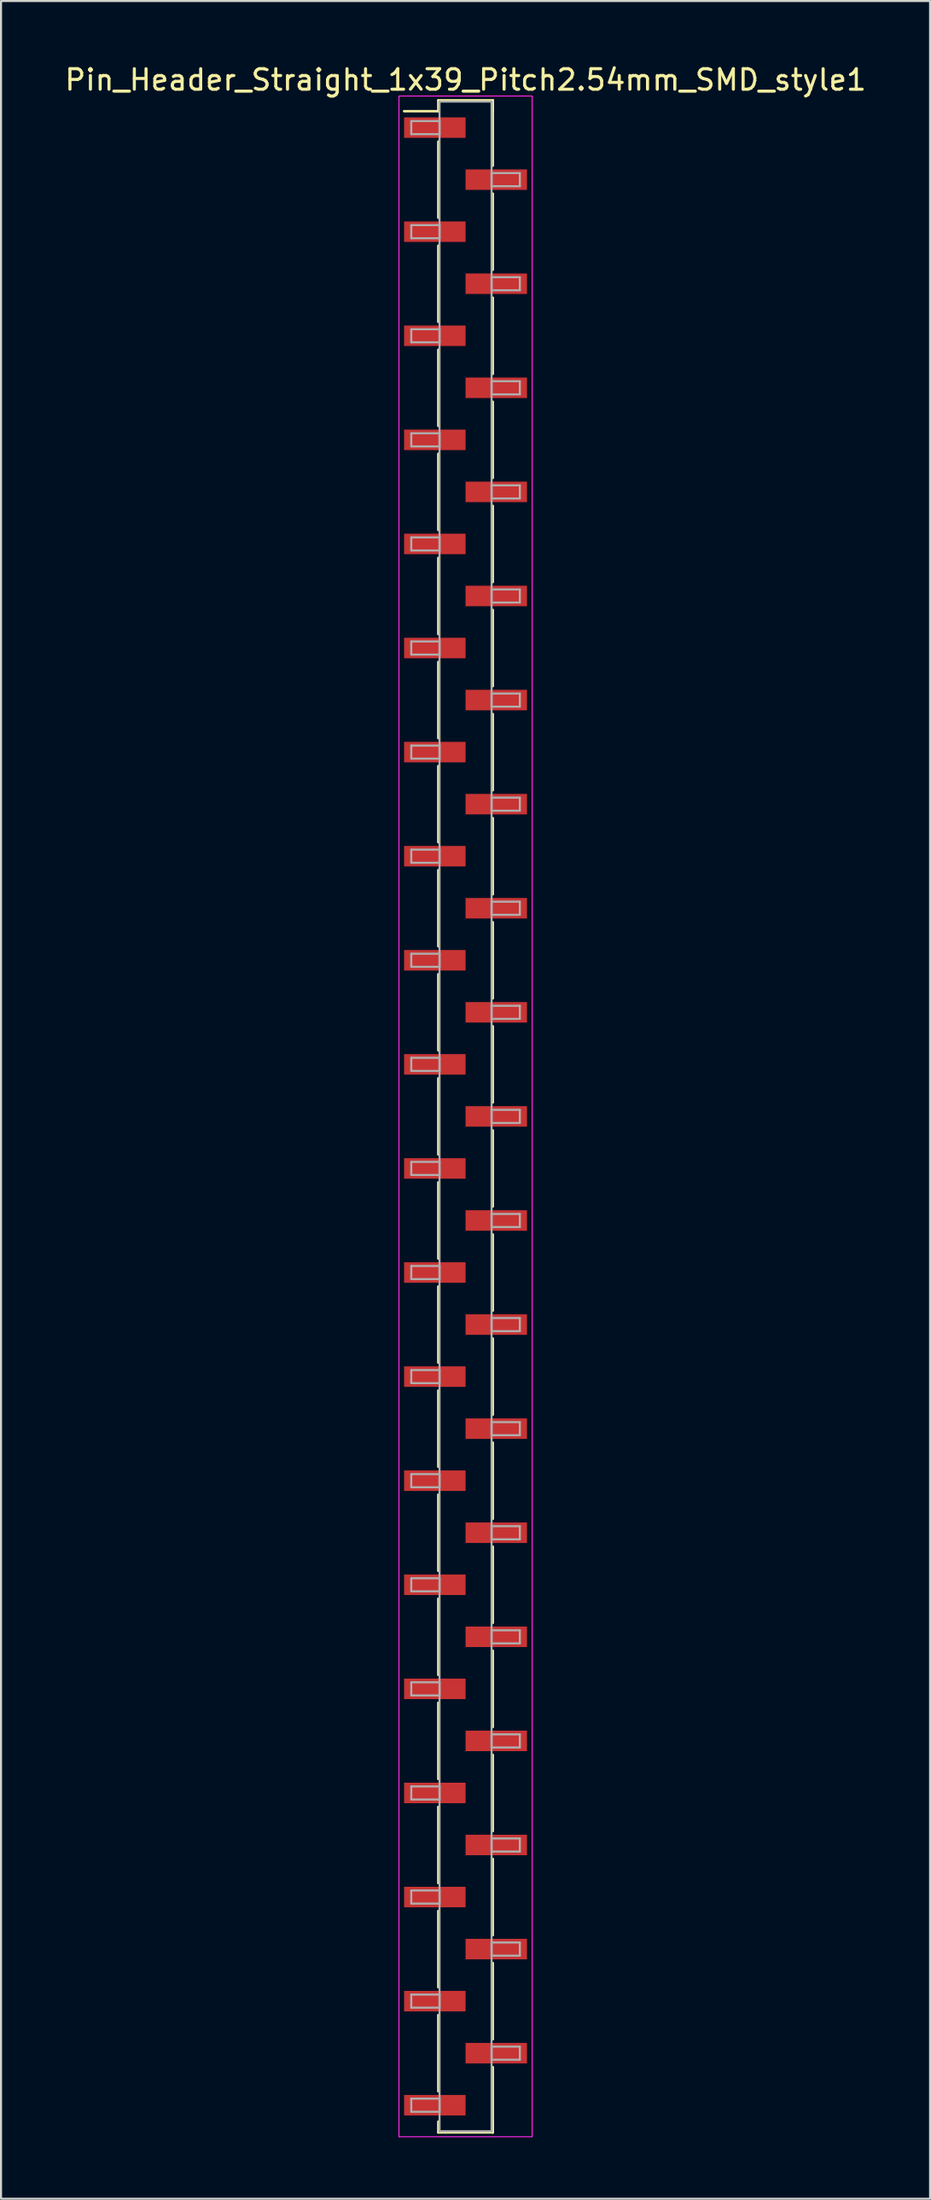
<source format=kicad_pcb>
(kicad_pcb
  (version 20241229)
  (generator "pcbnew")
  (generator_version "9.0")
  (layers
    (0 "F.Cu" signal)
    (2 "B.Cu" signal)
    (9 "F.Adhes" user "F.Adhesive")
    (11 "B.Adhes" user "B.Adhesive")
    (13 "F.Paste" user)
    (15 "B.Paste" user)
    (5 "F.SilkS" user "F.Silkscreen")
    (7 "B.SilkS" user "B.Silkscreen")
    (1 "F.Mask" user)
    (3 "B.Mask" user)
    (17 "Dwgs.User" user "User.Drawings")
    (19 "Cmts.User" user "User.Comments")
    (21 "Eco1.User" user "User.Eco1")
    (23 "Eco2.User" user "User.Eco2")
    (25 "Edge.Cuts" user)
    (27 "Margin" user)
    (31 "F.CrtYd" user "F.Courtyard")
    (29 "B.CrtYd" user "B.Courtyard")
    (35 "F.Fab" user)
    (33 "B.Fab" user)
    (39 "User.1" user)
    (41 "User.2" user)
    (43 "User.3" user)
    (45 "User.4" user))
  (footprint "Pin_Header_Straight_1x39_Pitch2.54mm_SMD_style1"
    (layer "F.Cu")
    (at 19.673 51.438)
    (property "Reference" "Pin_Header_Straight_1x39_Pitch2.54mm_SMD_style1" (at 0 -50.59 0) (layer "F.SilkS") (effects (font (size 1 1) (thickness 0.15))))
    (attr smd)
    (fp_line (start -1.33 -49.59) (end 1.33 -49.59) (stroke (width 0.12) (type solid)) (layer "F.SilkS"))
    (fp_line (start -1.33 -49.06) (end -3 -49.06) (stroke (width 0.12) (type solid)) (layer "F.SilkS"))
    (fp_line (start -1.33 -49.06) (end -1.33 -49.59) (stroke (width 0.12) (type solid)) (layer "F.SilkS"))
    (fp_line (start -1.33 -47.58) (end -1.33 -43.86) (stroke (width 0.12) (type solid)) (layer "F.SilkS"))
    (fp_line (start -1.33 -42.5) (end -1.33 -38.78) (stroke (width 0.12) (type solid)) (layer "F.SilkS"))
    (fp_line (start -1.33 -37.42) (end -1.33 -33.7) (stroke (width 0.12) (type solid)) (layer "F.SilkS"))
    (fp_line (start -1.33 -32.34) (end -1.33 -28.62) (stroke (width 0.12) (type solid)) (layer "F.SilkS"))
    (fp_line (start -1.33 -27.26) (end -1.33 -23.54) (stroke (width 0.12) (type solid)) (layer "F.SilkS"))
    (fp_line (start -1.33 -22.18) (end -1.33 -18.46) (stroke (width 0.12) (type solid)) (layer "F.SilkS"))
    (fp_line (start -1.33 -17.1) (end -1.33 -13.38) (stroke (width 0.12) (type solid)) (layer "F.SilkS"))
    (fp_line (start -1.33 -12.02) (end -1.33 -8.3) (stroke (width 0.12) (type solid)) (layer "F.SilkS"))
    (fp_line (start -1.33 -6.94) (end -1.33 -3.22) (stroke (width 0.12) (type solid)) (layer "F.SilkS"))
    (fp_line (start -1.33 -1.86) (end -1.33 1.86) (stroke (width 0.12) (type solid)) (layer "F.SilkS"))
    (fp_line (start -1.33 3.22) (end -1.33 6.94) (stroke (width 0.12) (type solid)) (layer "F.SilkS"))
    (fp_line (start -1.33 8.3) (end -1.33 12.02) (stroke (width 0.12) (type solid)) (layer "F.SilkS"))
    (fp_line (start -1.33 13.38) (end -1.33 17.1) (stroke (width 0.12) (type solid)) (layer "F.SilkS"))
    (fp_line (start -1.33 18.46) (end -1.33 22.18) (stroke (width 0.12) (type solid)) (layer "F.SilkS"))
    (fp_line (start -1.33 23.54) (end -1.33 27.26) (stroke (width 0.12) (type solid)) (layer "F.SilkS"))
    (fp_line (start -1.33 28.62) (end -1.33 32.34) (stroke (width 0.12) (type solid)) (layer "F.SilkS"))
    (fp_line (start -1.33 33.7) (end -1.33 37.42) (stroke (width 0.12) (type solid)) (layer "F.SilkS"))
    (fp_line (start -1.33 38.78) (end -1.33 42.5) (stroke (width 0.12) (type solid)) (layer "F.SilkS"))
    (fp_line (start -1.33 43.86) (end -1.33 47.58) (stroke (width 0.12) (type solid)) (layer "F.SilkS"))
    (fp_line (start -1.33 49.06) (end -1.33 49.59) (stroke (width 0.12) (type solid)) (layer "F.SilkS"))
    (fp_line (start -1.33 49.59) (end 1.33 49.59) (stroke (width 0.12) (type solid)) (layer "F.SilkS"))
    (fp_line (start 1.33 -49.59) (end 1.33 -49.06) (stroke (width 0.12) (type solid)) (layer "F.SilkS"))
    (fp_line (start 1.33 -49.59) (end 1.33 -46.4) (stroke (width 0.12) (type solid)) (layer "F.SilkS"))
    (fp_line (start 1.33 -45.04) (end 1.33 -41.32) (stroke (width 0.12) (type solid)) (layer "F.SilkS"))
    (fp_line (start 1.33 -39.96) (end 1.33 -36.24) (stroke (width 0.12) (type solid)) (layer "F.SilkS"))
    (fp_line (start 1.33 -34.88) (end 1.33 -31.16) (stroke (width 0.12) (type solid)) (layer "F.SilkS"))
    (fp_line (start 1.33 -29.8) (end 1.33 -26.08) (stroke (width 0.12) (type solid)) (layer "F.SilkS"))
    (fp_line (start 1.33 -24.72) (end 1.33 -21) (stroke (width 0.12) (type solid)) (layer "F.SilkS"))
    (fp_line (start 1.33 -19.64) (end 1.33 -15.92) (stroke (width 0.12) (type solid)) (layer "F.SilkS"))
    (fp_line (start 1.33 -14.56) (end 1.33 -10.84) (stroke (width 0.12) (type solid)) (layer "F.SilkS"))
    (fp_line (start 1.33 -9.48) (end 1.33 -5.76) (stroke (width 0.12) (type solid)) (layer "F.SilkS"))
    (fp_line (start 1.33 -4.4) (end 1.33 -0.68) (stroke (width 0.12) (type solid)) (layer "F.SilkS"))
    (fp_line (start 1.33 0.68) (end 1.33 4.4) (stroke (width 0.12) (type solid)) (layer "F.SilkS"))
    (fp_line (start 1.33 5.76) (end 1.33 9.48) (stroke (width 0.12) (type solid)) (layer "F.SilkS"))
    (fp_line (start 1.33 10.84) (end 1.33 14.56) (stroke (width 0.12) (type solid)) (layer "F.SilkS"))
    (fp_line (start 1.33 15.92) (end 1.33 19.64) (stroke (width 0.12) (type solid)) (layer "F.SilkS"))
    (fp_line (start 1.33 21) (end 1.33 24.72) (stroke (width 0.12) (type solid)) (layer "F.SilkS"))
    (fp_line (start 1.33 26.08) (end 1.33 29.8) (stroke (width 0.12) (type solid)) (layer "F.SilkS"))
    (fp_line (start 1.33 31.16) (end 1.33 34.88) (stroke (width 0.12) (type solid)) (layer "F.SilkS"))
    (fp_line (start 1.33 36.24) (end 1.33 39.96) (stroke (width 0.12) (type solid)) (layer "F.SilkS"))
    (fp_line (start 1.33 41.32) (end 1.33 45.04) (stroke (width 0.12) (type solid)) (layer "F.SilkS"))
    (fp_line (start 1.33 46.4) (end 1.33 49.59) (stroke (width 0.12) (type solid)) (layer "F.SilkS"))
    (fp_line (start 1.33 49.59) (end 1.33 49.06) (stroke (width 0.12) (type solid)) (layer "F.SilkS"))
    (fp_line (start -3.25 -49.8) (end -3.25 49.8) (stroke (width 0.05) (type solid)) (layer "F.CrtYd"))
    (fp_line (start -3.25 49.8) (end 3.25 49.8) (stroke (width 0.05) (type solid)) (layer "F.CrtYd"))
    (fp_line (start 3.25 -49.8) (end -3.25 -49.8) (stroke (width 0.05) (type solid)) (layer "F.CrtYd"))
    (fp_line (start 3.25 49.8) (end 3.25 -49.8) (stroke (width 0.05) (type solid)) (layer "F.CrtYd"))
    (fp_line (start -2.65 -48.58) (end -1.27 -48.58) (stroke (width 0.1) (type solid)) (layer "F.Fab"))
    (fp_line (start -2.65 -47.94) (end -2.65 -48.58) (stroke (width 0.1) (type solid)) (layer "F.Fab"))
    (fp_line (start -2.65 -43.5) (end -1.27 -43.5) (stroke (width 0.1) (type solid)) (layer "F.Fab"))
    (fp_line (start -2.65 -42.86) (end -2.65 -43.5) (stroke (width 0.1) (type solid)) (layer "F.Fab"))
    (fp_line (start -2.65 -38.42) (end -1.27 -38.42) (stroke (width 0.1) (type solid)) (layer "F.Fab"))
    (fp_line (start -2.65 -37.78) (end -2.65 -38.42) (stroke (width 0.1) (type solid)) (layer "F.Fab"))
    (fp_line (start -2.65 -33.34) (end -1.27 -33.34) (stroke (width 0.1) (type solid)) (layer "F.Fab"))
    (fp_line (start -2.65 -32.7) (end -2.65 -33.34) (stroke (width 0.1) (type solid)) (layer "F.Fab"))
    (fp_line (start -2.65 -28.26) (end -1.27 -28.26) (stroke (width 0.1) (type solid)) (layer "F.Fab"))
    (fp_line (start -2.65 -27.62) (end -2.65 -28.26) (stroke (width 0.1) (type solid)) (layer "F.Fab"))
    (fp_line (start -2.65 -23.18) (end -1.27 -23.18) (stroke (width 0.1) (type solid)) (layer "F.Fab"))
    (fp_line (start -2.65 -22.54) (end -2.65 -23.18) (stroke (width 0.1) (type solid)) (layer "F.Fab"))
    (fp_line (start -2.65 -18.1) (end -1.27 -18.1) (stroke (width 0.1) (type solid)) (layer "F.Fab"))
    (fp_line (start -2.65 -17.46) (end -2.65 -18.1) (stroke (width 0.1) (type solid)) (layer "F.Fab"))
    (fp_line (start -2.65 -13.02) (end -1.27 -13.02) (stroke (width 0.1) (type solid)) (layer "F.Fab"))
    (fp_line (start -2.65 -12.38) (end -2.65 -13.02) (stroke (width 0.1) (type solid)) (layer "F.Fab"))
    (fp_line (start -2.65 -7.94) (end -1.27 -7.94) (stroke (width 0.1) (type solid)) (layer "F.Fab"))
    (fp_line (start -2.65 -7.3) (end -2.65 -7.94) (stroke (width 0.1) (type solid)) (layer "F.Fab"))
    (fp_line (start -2.65 -2.86) (end -1.27 -2.86) (stroke (width 0.1) (type solid)) (layer "F.Fab"))
    (fp_line (start -2.65 -2.22) (end -2.65 -2.86) (stroke (width 0.1) (type solid)) (layer "F.Fab"))
    (fp_line (start -2.65 2.22) (end -1.27 2.22) (stroke (width 0.1) (type solid)) (layer "F.Fab"))
    (fp_line (start -2.65 2.86) (end -2.65 2.22) (stroke (width 0.1) (type solid)) (layer "F.Fab"))
    (fp_line (start -2.65 7.3) (end -1.27 7.3) (stroke (width 0.1) (type solid)) (layer "F.Fab"))
    (fp_line (start -2.65 7.94) (end -2.65 7.3) (stroke (width 0.1) (type solid)) (layer "F.Fab"))
    (fp_line (start -2.65 12.38) (end -1.27 12.38) (stroke (width 0.1) (type solid)) (layer "F.Fab"))
    (fp_line (start -2.65 13.02) (end -2.65 12.38) (stroke (width 0.1) (type solid)) (layer "F.Fab"))
    (fp_line (start -2.65 17.46) (end -1.27 17.46) (stroke (width 0.1) (type solid)) (layer "F.Fab"))
    (fp_line (start -2.65 18.1) (end -2.65 17.46) (stroke (width 0.1) (type solid)) (layer "F.Fab"))
    (fp_line (start -2.65 22.54) (end -1.27 22.54) (stroke (width 0.1) (type solid)) (layer "F.Fab"))
    (fp_line (start -2.65 23.18) (end -2.65 22.54) (stroke (width 0.1) (type solid)) (layer "F.Fab"))
    (fp_line (start -2.65 27.62) (end -1.27 27.62) (stroke (width 0.1) (type solid)) (layer "F.Fab"))
    (fp_line (start -2.65 28.26) (end -2.65 27.62) (stroke (width 0.1) (type solid)) (layer "F.Fab"))
    (fp_line (start -2.65 32.7) (end -1.27 32.7) (stroke (width 0.1) (type solid)) (layer "F.Fab"))
    (fp_line (start -2.65 33.34) (end -2.65 32.7) (stroke (width 0.1) (type solid)) (layer "F.Fab"))
    (fp_line (start -2.65 37.78) (end -1.27 37.78) (stroke (width 0.1) (type solid)) (layer "F.Fab"))
    (fp_line (start -2.65 38.42) (end -2.65 37.78) (stroke (width 0.1) (type solid)) (layer "F.Fab"))
    (fp_line (start -2.65 42.86) (end -1.27 42.86) (stroke (width 0.1) (type solid)) (layer "F.Fab"))
    (fp_line (start -2.65 43.5) (end -2.65 42.86) (stroke (width 0.1) (type solid)) (layer "F.Fab"))
    (fp_line (start -2.65 47.94) (end -1.27 47.94) (stroke (width 0.1) (type solid)) (layer "F.Fab"))
    (fp_line (start -2.65 48.58) (end -2.65 47.94) (stroke (width 0.1) (type solid)) (layer "F.Fab"))
    (fp_line (start -1.27 -49.53) (end -1.27 49.53) (stroke (width 0.1) (type solid)) (layer "F.Fab"))
    (fp_line (start -1.27 -48.58) (end -1.27 -47.94) (stroke (width 0.1) (type solid)) (layer "F.Fab"))
    (fp_line (start -1.27 -47.94) (end -2.65 -47.94) (stroke (width 0.1) (type solid)) (layer "F.Fab"))
    (fp_line (start -1.27 -43.5) (end -1.27 -42.86) (stroke (width 0.1) (type solid)) (layer "F.Fab"))
    (fp_line (start -1.27 -42.86) (end -2.65 -42.86) (stroke (width 0.1) (type solid)) (layer "F.Fab"))
    (fp_line (start -1.27 -38.42) (end -1.27 -37.78) (stroke (width 0.1) (type solid)) (layer "F.Fab"))
    (fp_line (start -1.27 -37.78) (end -2.65 -37.78) (stroke (width 0.1) (type solid)) (layer "F.Fab"))
    (fp_line (start -1.27 -33.34) (end -1.27 -32.7) (stroke (width 0.1) (type solid)) (layer "F.Fab"))
    (fp_line (start -1.27 -32.7) (end -2.65 -32.7) (stroke (width 0.1) (type solid)) (layer "F.Fab"))
    (fp_line (start -1.27 -28.26) (end -1.27 -27.62) (stroke (width 0.1) (type solid)) (layer "F.Fab"))
    (fp_line (start -1.27 -27.62) (end -2.65 -27.62) (stroke (width 0.1) (type solid)) (layer "F.Fab"))
    (fp_line (start -1.27 -23.18) (end -1.27 -22.54) (stroke (width 0.1) (type solid)) (layer "F.Fab"))
    (fp_line (start -1.27 -22.54) (end -2.65 -22.54) (stroke (width 0.1) (type solid)) (layer "F.Fab"))
    (fp_line (start -1.27 -18.1) (end -1.27 -17.46) (stroke (width 0.1) (type solid)) (layer "F.Fab"))
    (fp_line (start -1.27 -17.46) (end -2.65 -17.46) (stroke (width 0.1) (type solid)) (layer "F.Fab"))
    (fp_line (start -1.27 -13.02) (end -1.27 -12.38) (stroke (width 0.1) (type solid)) (layer "F.Fab"))
    (fp_line (start -1.27 -12.38) (end -2.65 -12.38) (stroke (width 0.1) (type solid)) (layer "F.Fab"))
    (fp_line (start -1.27 -7.94) (end -1.27 -7.3) (stroke (width 0.1) (type solid)) (layer "F.Fab"))
    (fp_line (start -1.27 -7.3) (end -2.65 -7.3) (stroke (width 0.1) (type solid)) (layer "F.Fab"))
    (fp_line (start -1.27 -2.86) (end -1.27 -2.22) (stroke (width 0.1) (type solid)) (layer "F.Fab"))
    (fp_line (start -1.27 -2.22) (end -2.65 -2.22) (stroke (width 0.1) (type solid)) (layer "F.Fab"))
    (fp_line (start -1.27 2.22) (end -1.27 2.86) (stroke (width 0.1) (type solid)) (layer "F.Fab"))
    (fp_line (start -1.27 2.86) (end -2.65 2.86) (stroke (width 0.1) (type solid)) (layer "F.Fab"))
    (fp_line (start -1.27 7.3) (end -1.27 7.94) (stroke (width 0.1) (type solid)) (layer "F.Fab"))
    (fp_line (start -1.27 7.94) (end -2.65 7.94) (stroke (width 0.1) (type solid)) (layer "F.Fab"))
    (fp_line (start -1.27 12.38) (end -1.27 13.02) (stroke (width 0.1) (type solid)) (layer "F.Fab"))
    (fp_line (start -1.27 13.02) (end -2.65 13.02) (stroke (width 0.1) (type solid)) (layer "F.Fab"))
    (fp_line (start -1.27 17.46) (end -1.27 18.1) (stroke (width 0.1) (type solid)) (layer "F.Fab"))
    (fp_line (start -1.27 18.1) (end -2.65 18.1) (stroke (width 0.1) (type solid)) (layer "F.Fab"))
    (fp_line (start -1.27 22.54) (end -1.27 23.18) (stroke (width 0.1) (type solid)) (layer "F.Fab"))
    (fp_line (start -1.27 23.18) (end -2.65 23.18) (stroke (width 0.1) (type solid)) (layer "F.Fab"))
    (fp_line (start -1.27 27.62) (end -1.27 28.26) (stroke (width 0.1) (type solid)) (layer "F.Fab"))
    (fp_line (start -1.27 28.26) (end -2.65 28.26) (stroke (width 0.1) (type solid)) (layer "F.Fab"))
    (fp_line (start -1.27 32.7) (end -1.27 33.34) (stroke (width 0.1) (type solid)) (layer "F.Fab"))
    (fp_line (start -1.27 33.34) (end -2.65 33.34) (stroke (width 0.1) (type solid)) (layer "F.Fab"))
    (fp_line (start -1.27 37.78) (end -1.27 38.42) (stroke (width 0.1) (type solid)) (layer "F.Fab"))
    (fp_line (start -1.27 38.42) (end -2.65 38.42) (stroke (width 0.1) (type solid)) (layer "F.Fab"))
    (fp_line (start -1.27 42.86) (end -1.27 43.5) (stroke (width 0.1) (type solid)) (layer "F.Fab"))
    (fp_line (start -1.27 43.5) (end -2.65 43.5) (stroke (width 0.1) (type solid)) (layer "F.Fab"))
    (fp_line (start -1.27 47.94) (end -1.27 48.58) (stroke (width 0.1) (type solid)) (layer "F.Fab"))
    (fp_line (start -1.27 48.58) (end -2.65 48.58) (stroke (width 0.1) (type solid)) (layer "F.Fab"))
    (fp_line (start -1.27 49.53) (end 1.27 49.53) (stroke (width 0.1) (type solid)) (layer "F.Fab"))
    (fp_line (start 1.27 -49.53) (end -1.27 -49.53) (stroke (width 0.1) (type solid)) (layer "F.Fab"))
    (fp_line (start 1.27 -46.04) (end 1.27 -45.4) (stroke (width 0.1) (type solid)) (layer "F.Fab"))
    (fp_line (start 1.27 -45.4) (end 2.65 -45.4) (stroke (width 0.1) (type solid)) (layer "F.Fab"))
    (fp_line (start 1.27 -40.96) (end 1.27 -40.32) (stroke (width 0.1) (type solid)) (layer "F.Fab"))
    (fp_line (start 1.27 -40.32) (end 2.65 -40.32) (stroke (width 0.1) (type solid)) (layer "F.Fab"))
    (fp_line (start 1.27 -35.88) (end 1.27 -35.24) (stroke (width 0.1) (type solid)) (layer "F.Fab"))
    (fp_line (start 1.27 -35.24) (end 2.65 -35.24) (stroke (width 0.1) (type solid)) (layer "F.Fab"))
    (fp_line (start 1.27 -30.8) (end 1.27 -30.16) (stroke (width 0.1) (type solid)) (layer "F.Fab"))
    (fp_line (start 1.27 -30.16) (end 2.65 -30.16) (stroke (width 0.1) (type solid)) (layer "F.Fab"))
    (fp_line (start 1.27 -25.72) (end 1.27 -25.08) (stroke (width 0.1) (type solid)) (layer "F.Fab"))
    (fp_line (start 1.27 -25.08) (end 2.65 -25.08) (stroke (width 0.1) (type solid)) (layer "F.Fab"))
    (fp_line (start 1.27 -20.64) (end 1.27 -20) (stroke (width 0.1) (type solid)) (layer "F.Fab"))
    (fp_line (start 1.27 -20) (end 2.65 -20) (stroke (width 0.1) (type solid)) (layer "F.Fab"))
    (fp_line (start 1.27 -15.56) (end 1.27 -14.92) (stroke (width 0.1) (type solid)) (layer "F.Fab"))
    (fp_line (start 1.27 -14.92) (end 2.65 -14.92) (stroke (width 0.1) (type solid)) (layer "F.Fab"))
    (fp_line (start 1.27 -10.48) (end 1.27 -9.84) (stroke (width 0.1) (type solid)) (layer "F.Fab"))
    (fp_line (start 1.27 -9.84) (end 2.65 -9.84) (stroke (width 0.1) (type solid)) (layer "F.Fab"))
    (fp_line (start 1.27 -5.4) (end 1.27 -4.76) (stroke (width 0.1) (type solid)) (layer "F.Fab"))
    (fp_line (start 1.27 -4.76) (end 2.65 -4.76) (stroke (width 0.1) (type solid)) (layer "F.Fab"))
    (fp_line (start 1.27 -0.32) (end 1.27 0.32) (stroke (width 0.1) (type solid)) (layer "F.Fab"))
    (fp_line (start 1.27 0.32) (end 2.65 0.32) (stroke (width 0.1) (type solid)) (layer "F.Fab"))
    (fp_line (start 1.27 4.76) (end 1.27 5.4) (stroke (width 0.1) (type solid)) (layer "F.Fab"))
    (fp_line (start 1.27 5.4) (end 2.65 5.4) (stroke (width 0.1) (type solid)) (layer "F.Fab"))
    (fp_line (start 1.27 9.84) (end 1.27 10.48) (stroke (width 0.1) (type solid)) (layer "F.Fab"))
    (fp_line (start 1.27 10.48) (end 2.65 10.48) (stroke (width 0.1) (type solid)) (layer "F.Fab"))
    (fp_line (start 1.27 14.92) (end 1.27 15.56) (stroke (width 0.1) (type solid)) (layer "F.Fab"))
    (fp_line (start 1.27 15.56) (end 2.65 15.56) (stroke (width 0.1) (type solid)) (layer "F.Fab"))
    (fp_line (start 1.27 20) (end 1.27 20.64) (stroke (width 0.1) (type solid)) (layer "F.Fab"))
    (fp_line (start 1.27 20.64) (end 2.65 20.64) (stroke (width 0.1) (type solid)) (layer "F.Fab"))
    (fp_line (start 1.27 25.08) (end 1.27 25.72) (stroke (width 0.1) (type solid)) (layer "F.Fab"))
    (fp_line (start 1.27 25.72) (end 2.65 25.72) (stroke (width 0.1) (type solid)) (layer "F.Fab"))
    (fp_line (start 1.27 30.16) (end 1.27 30.8) (stroke (width 0.1) (type solid)) (layer "F.Fab"))
    (fp_line (start 1.27 30.8) (end 2.65 30.8) (stroke (width 0.1) (type solid)) (layer "F.Fab"))
    (fp_line (start 1.27 35.24) (end 1.27 35.88) (stroke (width 0.1) (type solid)) (layer "F.Fab"))
    (fp_line (start 1.27 35.88) (end 2.65 35.88) (stroke (width 0.1) (type solid)) (layer "F.Fab"))
    (fp_line (start 1.27 40.32) (end 1.27 40.96) (stroke (width 0.1) (type solid)) (layer "F.Fab"))
    (fp_line (start 1.27 40.96) (end 2.65 40.96) (stroke (width 0.1) (type solid)) (layer "F.Fab"))
    (fp_line (start 1.27 45.4) (end 1.27 46.04) (stroke (width 0.1) (type solid)) (layer "F.Fab"))
    (fp_line (start 1.27 46.04) (end 2.65 46.04) (stroke (width 0.1) (type solid)) (layer "F.Fab"))
    (fp_line (start 1.27 49.53) (end 1.27 -49.53) (stroke (width 0.1) (type solid)) (layer "F.Fab"))
    (fp_line (start 2.65 -46.04) (end 1.27 -46.04) (stroke (width 0.1) (type solid)) (layer "F.Fab"))
    (fp_line (start 2.65 -45.4) (end 2.65 -46.04) (stroke (width 0.1) (type solid)) (layer "F.Fab"))
    (fp_line (start 2.65 -40.96) (end 1.27 -40.96) (stroke (width 0.1) (type solid)) (layer "F.Fab"))
    (fp_line (start 2.65 -40.32) (end 2.65 -40.96) (stroke (width 0.1) (type solid)) (layer "F.Fab"))
    (fp_line (start 2.65 -35.88) (end 1.27 -35.88) (stroke (width 0.1) (type solid)) (layer "F.Fab"))
    (fp_line (start 2.65 -35.24) (end 2.65 -35.88) (stroke (width 0.1) (type solid)) (layer "F.Fab"))
    (fp_line (start 2.65 -30.8) (end 1.27 -30.8) (stroke (width 0.1) (type solid)) (layer "F.Fab"))
    (fp_line (start 2.65 -30.16) (end 2.65 -30.8) (stroke (width 0.1) (type solid)) (layer "F.Fab"))
    (fp_line (start 2.65 -25.72) (end 1.27 -25.72) (stroke (width 0.1) (type solid)) (layer "F.Fab"))
    (fp_line (start 2.65 -25.08) (end 2.65 -25.72) (stroke (width 0.1) (type solid)) (layer "F.Fab"))
    (fp_line (start 2.65 -20.64) (end 1.27 -20.64) (stroke (width 0.1) (type solid)) (layer "F.Fab"))
    (fp_line (start 2.65 -20) (end 2.65 -20.64) (stroke (width 0.1) (type solid)) (layer "F.Fab"))
    (fp_line (start 2.65 -15.56) (end 1.27 -15.56) (stroke (width 0.1) (type solid)) (layer "F.Fab"))
    (fp_line (start 2.65 -14.92) (end 2.65 -15.56) (stroke (width 0.1) (type solid)) (layer "F.Fab"))
    (fp_line (start 2.65 -10.48) (end 1.27 -10.48) (stroke (width 0.1) (type solid)) (layer "F.Fab"))
    (fp_line (start 2.65 -9.84) (end 2.65 -10.48) (stroke (width 0.1) (type solid)) (layer "F.Fab"))
    (fp_line (start 2.65 -5.4) (end 1.27 -5.4) (stroke (width 0.1) (type solid)) (layer "F.Fab"))
    (fp_line (start 2.65 -4.76) (end 2.65 -5.4) (stroke (width 0.1) (type solid)) (layer "F.Fab"))
    (fp_line (start 2.65 -0.32) (end 1.27 -0.32) (stroke (width 0.1) (type solid)) (layer "F.Fab"))
    (fp_line (start 2.65 0.32) (end 2.65 -0.32) (stroke (width 0.1) (type solid)) (layer "F.Fab"))
    (fp_line (start 2.65 4.76) (end 1.27 4.76) (stroke (width 0.1) (type solid)) (layer "F.Fab"))
    (fp_line (start 2.65 5.4) (end 2.65 4.76) (stroke (width 0.1) (type solid)) (layer "F.Fab"))
    (fp_line (start 2.65 9.84) (end 1.27 9.84) (stroke (width 0.1) (type solid)) (layer "F.Fab"))
    (fp_line (start 2.65 10.48) (end 2.65 9.84) (stroke (width 0.1) (type solid)) (layer "F.Fab"))
    (fp_line (start 2.65 14.92) (end 1.27 14.92) (stroke (width 0.1) (type solid)) (layer "F.Fab"))
    (fp_line (start 2.65 15.56) (end 2.65 14.92) (stroke (width 0.1) (type solid)) (layer "F.Fab"))
    (fp_line (start 2.65 20) (end 1.27 20) (stroke (width 0.1) (type solid)) (layer "F.Fab"))
    (fp_line (start 2.65 20.64) (end 2.65 20) (stroke (width 0.1) (type solid)) (layer "F.Fab"))
    (fp_line (start 2.65 25.08) (end 1.27 25.08) (stroke (width 0.1) (type solid)) (layer "F.Fab"))
    (fp_line (start 2.65 25.72) (end 2.65 25.08) (stroke (width 0.1) (type solid)) (layer "F.Fab"))
    (fp_line (start 2.65 30.16) (end 1.27 30.16) (stroke (width 0.1) (type solid)) (layer "F.Fab"))
    (fp_line (start 2.65 30.8) (end 2.65 30.16) (stroke (width 0.1) (type solid)) (layer "F.Fab"))
    (fp_line (start 2.65 35.24) (end 1.27 35.24) (stroke (width 0.1) (type solid)) (layer "F.Fab"))
    (fp_line (start 2.65 35.88) (end 2.65 35.24) (stroke (width 0.1) (type solid)) (layer "F.Fab"))
    (fp_line (start 2.65 40.32) (end 1.27 40.32) (stroke (width 0.1) (type solid)) (layer "F.Fab"))
    (fp_line (start 2.65 40.96) (end 2.65 40.32) (stroke (width 0.1) (type solid)) (layer "F.Fab"))
    (fp_line (start 2.65 45.4) (end 1.27 45.4) (stroke (width 0.1) (type solid)) (layer "F.Fab"))
    (fp_line (start 2.65 46.04) (end 2.65 45.4) (stroke (width 0.1) (type solid)) (layer "F.Fab"))
    (pad "1" smd rect (at -1.5 -48.26) (size 3 1) (layers "F.Cu" "F.Mask"))
    (pad "2" smd rect (at 1.5 -45.72) (size 3 1) (layers "F.Cu" "F.Mask"))
    (pad "3" smd rect (at -1.5 -43.18) (size 3 1) (layers "F.Cu" "F.Mask"))
    (pad "4" smd rect (at 1.5 -40.64) (size 3 1) (layers "F.Cu" "F.Mask"))
    (pad "5" smd rect (at -1.5 -38.1) (size 3 1) (layers "F.Cu" "F.Mask"))
    (pad "6" smd rect (at 1.5 -35.56) (size 3 1) (layers "F.Cu" "F.Mask"))
    (pad "7" smd rect (at -1.5 -33.02) (size 3 1) (layers "F.Cu" "F.Mask"))
    (pad "8" smd rect (at 1.5 -30.48) (size 3 1) (layers "F.Cu" "F.Mask"))
    (pad "9" smd rect (at -1.5 -27.94) (size 3 1) (layers "F.Cu" "F.Mask"))
    (pad "10" smd rect (at 1.5 -25.4) (size 3 1) (layers "F.Cu" "F.Mask"))
    (pad "11" smd rect (at -1.5 -22.86) (size 3 1) (layers "F.Cu" "F.Mask"))
    (pad "12" smd rect (at 1.5 -20.32) (size 3 1) (layers "F.Cu" "F.Mask"))
    (pad "13" smd rect (at -1.5 -17.78) (size 3 1) (layers "F.Cu" "F.Mask"))
    (pad "14" smd rect (at 1.5 -15.24) (size 3 1) (layers "F.Cu" "F.Mask"))
    (pad "15" smd rect (at -1.5 -12.7) (size 3 1) (layers "F.Cu" "F.Mask"))
    (pad "16" smd rect (at 1.5 -10.16) (size 3 1) (layers "F.Cu" "F.Mask"))
    (pad "17" smd rect (at -1.5 -7.62) (size 3 1) (layers "F.Cu" "F.Mask"))
    (pad "18" smd rect (at 1.5 -5.08) (size 3 1) (layers "F.Cu" "F.Mask"))
    (pad "19" smd rect (at -1.5 -2.54) (size 3 1) (layers "F.Cu" "F.Mask"))
    (pad "20" smd rect (at 1.5 0) (size 3 1) (layers "F.Cu" "F.Mask"))
    (pad "21" smd rect (at -1.5 2.54) (size 3 1) (layers "F.Cu" "F.Mask"))
    (pad "22" smd rect (at 1.5 5.08) (size 3 1) (layers "F.Cu" "F.Mask"))
    (pad "23" smd rect (at -1.5 7.62) (size 3 1) (layers "F.Cu" "F.Mask"))
    (pad "24" smd rect (at 1.5 10.16) (size 3 1) (layers "F.Cu" "F.Mask"))
    (pad "25" smd rect (at -1.5 12.7) (size 3 1) (layers "F.Cu" "F.Mask"))
    (pad "26" smd rect (at 1.5 15.24) (size 3 1) (layers "F.Cu" "F.Mask"))
    (pad "27" smd rect (at -1.5 17.78) (size 3 1) (layers "F.Cu" "F.Mask"))
    (pad "28" smd rect (at 1.5 20.32) (size 3 1) (layers "F.Cu" "F.Mask"))
    (pad "29" smd rect (at -1.5 22.86) (size 3 1) (layers "F.Cu" "F.Mask"))
    (pad "30" smd rect (at 1.5 25.4) (size 3 1) (layers "F.Cu" "F.Mask"))
    (pad "31" smd rect (at -1.5 27.94) (size 3 1) (layers "F.Cu" "F.Mask"))
    (pad "32" smd rect (at 1.5 30.48) (size 3 1) (layers "F.Cu" "F.Mask"))
    (pad "33" smd rect (at -1.5 33.02) (size 3 1) (layers "F.Cu" "F.Mask"))
    (pad "34" smd rect (at 1.5 35.56) (size 3 1) (layers "F.Cu" "F.Mask"))
    (pad "35" smd rect (at -1.5 38.1) (size 3 1) (layers "F.Cu" "F.Mask"))
    (pad "36" smd rect (at 1.5 40.64) (size 3 1) (layers "F.Cu" "F.Mask"))
    (pad "37" smd rect (at -1.5 43.18) (size 3 1) (layers "F.Cu" "F.Mask"))
    (pad "38" smd rect (at 1.5 45.72) (size 3 1) (layers "F.Cu" "F.Mask"))
    (pad "39" smd rect (at -1.5 48.26) (size 3 1) (layers "F.Cu" "F.Mask")))
  (gr_rect
    (start -3 -3)
    (end 42.345 104.263)
    (stroke (width 0.1) (type default))
    (fill no)
    (layer "Edge.Cuts")))
</source>
